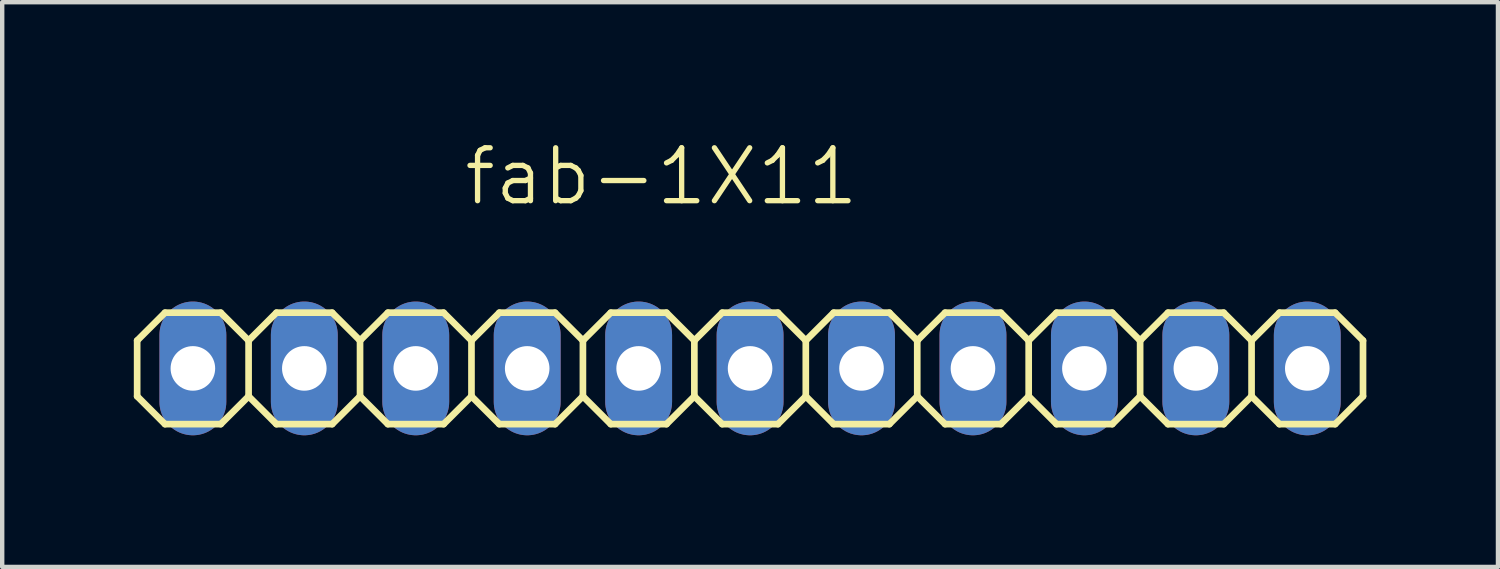
<source format=kicad_pcb>
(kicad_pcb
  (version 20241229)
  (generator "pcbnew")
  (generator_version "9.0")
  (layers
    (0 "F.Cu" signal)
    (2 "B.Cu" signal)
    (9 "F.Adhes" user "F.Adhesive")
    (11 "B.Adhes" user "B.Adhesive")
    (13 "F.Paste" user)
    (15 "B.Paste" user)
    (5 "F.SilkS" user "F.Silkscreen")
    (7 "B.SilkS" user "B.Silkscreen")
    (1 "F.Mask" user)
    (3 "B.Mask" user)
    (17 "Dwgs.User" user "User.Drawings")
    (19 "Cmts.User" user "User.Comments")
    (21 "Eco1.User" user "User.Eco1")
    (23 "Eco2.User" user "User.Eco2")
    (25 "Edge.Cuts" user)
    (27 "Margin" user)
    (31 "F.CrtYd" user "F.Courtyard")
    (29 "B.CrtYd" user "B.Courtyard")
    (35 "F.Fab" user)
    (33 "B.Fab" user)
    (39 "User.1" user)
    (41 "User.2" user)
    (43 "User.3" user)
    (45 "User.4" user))
  (footprint "fab-1X11"
    (layer "F.Cu")
    (at 14.046 5.347)
    (property "Reference" "fab-1X11" (at 2.54 -5.08 180) (layer "F.SilkS") (effects (font (size 1.206 1.206) (thickness 0.121)) (justify right top)))
    (attr through_hole)
    (fp_line (start -13.97 -0.635) (end -13.97 0.635) (stroke (width 0.152) (type solid)) (layer "F.SilkS"))
    (fp_line (start -13.97 0.635) (end -13.335 1.27) (stroke (width 0.152) (type solid)) (layer "F.SilkS"))
    (fp_line (start -13.335 -1.27) (end -13.97 -0.635) (stroke (width 0.152) (type solid)) (layer "F.SilkS"))
    (fp_line (start -13.335 -1.27) (end -12.065 -1.27) (stroke (width 0.152) (type solid)) (layer "F.SilkS"))
    (fp_line (start -12.065 -1.27) (end -11.43 -0.635) (stroke (width 0.152) (type solid)) (layer "F.SilkS"))
    (fp_line (start -12.065 1.27) (end -13.335 1.27) (stroke (width 0.152) (type solid)) (layer "F.SilkS"))
    (fp_line (start -11.43 -0.635) (end -11.43 0.635) (stroke (width 0.152) (type solid)) (layer "F.SilkS"))
    (fp_line (start -11.43 -0.635) (end -10.795 -1.27) (stroke (width 0.152) (type solid)) (layer "F.SilkS"))
    (fp_line (start -11.43 0.635) (end -12.065 1.27) (stroke (width 0.152) (type solid)) (layer "F.SilkS"))
    (fp_line (start -10.795 -1.27) (end -9.525 -1.27) (stroke (width 0.152) (type solid)) (layer "F.SilkS"))
    (fp_line (start -10.795 1.27) (end -11.43 0.635) (stroke (width 0.152) (type solid)) (layer "F.SilkS"))
    (fp_line (start -9.525 -1.27) (end -8.89 -0.635) (stroke (width 0.152) (type solid)) (layer "F.SilkS"))
    (fp_line (start -9.525 1.27) (end -10.795 1.27) (stroke (width 0.152) (type solid)) (layer "F.SilkS"))
    (fp_line (start -8.89 -0.635) (end -8.89 0.635) (stroke (width 0.152) (type solid)) (layer "F.SilkS"))
    (fp_line (start -8.89 -0.635) (end -8.255 -1.27) (stroke (width 0.152) (type solid)) (layer "F.SilkS"))
    (fp_line (start -8.89 0.635) (end -9.525 1.27) (stroke (width 0.152) (type solid)) (layer "F.SilkS"))
    (fp_line (start -8.255 -1.27) (end -6.985 -1.27) (stroke (width 0.152) (type solid)) (layer "F.SilkS"))
    (fp_line (start -8.255 1.27) (end -8.89 0.635) (stroke (width 0.152) (type solid)) (layer "F.SilkS"))
    (fp_line (start -6.985 -1.27) (end -6.35 -0.635) (stroke (width 0.152) (type solid)) (layer "F.SilkS"))
    (fp_line (start -6.985 1.27) (end -8.255 1.27) (stroke (width 0.152) (type solid)) (layer "F.SilkS"))
    (fp_line (start -6.35 -0.635) (end -6.35 0.635) (stroke (width 0.152) (type solid)) (layer "F.SilkS"))
    (fp_line (start -6.35 0.635) (end -6.985 1.27) (stroke (width 0.152) (type solid)) (layer "F.SilkS"))
    (fp_line (start -6.35 0.635) (end -5.715 1.27) (stroke (width 0.152) (type solid)) (layer "F.SilkS"))
    (fp_line (start -5.715 -1.27) (end -6.35 -0.635) (stroke (width 0.152) (type solid)) (layer "F.SilkS"))
    (fp_line (start -5.715 -1.27) (end -4.445 -1.27) (stroke (width 0.152) (type solid)) (layer "F.SilkS"))
    (fp_line (start -4.445 -1.27) (end -3.81 -0.635) (stroke (width 0.152) (type solid)) (layer "F.SilkS"))
    (fp_line (start -4.445 1.27) (end -5.715 1.27) (stroke (width 0.152) (type solid)) (layer "F.SilkS"))
    (fp_line (start -3.81 -0.635) (end -3.81 0.635) (stroke (width 0.152) (type solid)) (layer "F.SilkS"))
    (fp_line (start -3.81 -0.635) (end -3.175 -1.27) (stroke (width 0.152) (type solid)) (layer "F.SilkS"))
    (fp_line (start -3.81 0.635) (end -4.445 1.27) (stroke (width 0.152) (type solid)) (layer "F.SilkS"))
    (fp_line (start -3.175 -1.27) (end -1.905 -1.27) (stroke (width 0.152) (type solid)) (layer "F.SilkS"))
    (fp_line (start -3.175 1.27) (end -3.81 0.635) (stroke (width 0.152) (type solid)) (layer "F.SilkS"))
    (fp_line (start -1.905 -1.27) (end -1.27 -0.635) (stroke (width 0.152) (type solid)) (layer "F.SilkS"))
    (fp_line (start -1.905 1.27) (end -3.175 1.27) (stroke (width 0.152) (type solid)) (layer "F.SilkS"))
    (fp_line (start -1.27 -0.635) (end -1.27 0.635) (stroke (width 0.152) (type solid)) (layer "F.SilkS"))
    (fp_line (start -1.27 -0.635) (end -0.635 -1.27) (stroke (width 0.152) (type solid)) (layer "F.SilkS"))
    (fp_line (start -1.27 0.635) (end -1.905 1.27) (stroke (width 0.152) (type solid)) (layer "F.SilkS"))
    (fp_line (start -0.635 -1.27) (end 0.635 -1.27) (stroke (width 0.152) (type solid)) (layer "F.SilkS"))
    (fp_line (start -0.635 1.27) (end -1.27 0.635) (stroke (width 0.152) (type solid)) (layer "F.SilkS"))
    (fp_line (start 0.635 -1.27) (end 1.27 -0.635) (stroke (width 0.152) (type solid)) (layer "F.SilkS"))
    (fp_line (start 0.635 1.27) (end -0.635 1.27) (stroke (width 0.152) (type solid)) (layer "F.SilkS"))
    (fp_line (start 1.27 -0.635) (end 1.27 0.635) (stroke (width 0.152) (type solid)) (layer "F.SilkS"))
    (fp_line (start 1.27 0.635) (end 0.635 1.27) (stroke (width 0.152) (type solid)) (layer "F.SilkS"))
    (fp_line (start 1.27 0.635) (end 1.905 1.27) (stroke (width 0.152) (type solid)) (layer "F.SilkS"))
    (fp_line (start 1.905 -1.27) (end 1.27 -0.635) (stroke (width 0.152) (type solid)) (layer "F.SilkS"))
    (fp_line (start 1.905 -1.27) (end 3.175 -1.27) (stroke (width 0.152) (type solid)) (layer "F.SilkS"))
    (fp_line (start 3.175 -1.27) (end 3.81 -0.635) (stroke (width 0.152) (type solid)) (layer "F.SilkS"))
    (fp_line (start 3.175 1.27) (end 1.905 1.27) (stroke (width 0.152) (type solid)) (layer "F.SilkS"))
    (fp_line (start 3.81 -0.635) (end 3.81 0.635) (stroke (width 0.152) (type solid)) (layer "F.SilkS"))
    (fp_line (start 3.81 -0.635) (end 4.445 -1.27) (stroke (width 0.152) (type solid)) (layer "F.SilkS"))
    (fp_line (start 3.81 0.635) (end 3.175 1.27) (stroke (width 0.152) (type solid)) (layer "F.SilkS"))
    (fp_line (start 4.445 -1.27) (end 5.715 -1.27) (stroke (width 0.152) (type solid)) (layer "F.SilkS"))
    (fp_line (start 4.445 1.27) (end 3.81 0.635) (stroke (width 0.152) (type solid)) (layer "F.SilkS"))
    (fp_line (start 5.715 -1.27) (end 6.35 -0.635) (stroke (width 0.152) (type solid)) (layer "F.SilkS"))
    (fp_line (start 5.715 1.27) (end 4.445 1.27) (stroke (width 0.152) (type solid)) (layer "F.SilkS"))
    (fp_line (start 6.35 -0.635) (end 6.35 0.635) (stroke (width 0.152) (type solid)) (layer "F.SilkS"))
    (fp_line (start 6.35 -0.635) (end 6.985 -1.27) (stroke (width 0.152) (type solid)) (layer "F.SilkS"))
    (fp_line (start 6.35 0.635) (end 5.715 1.27) (stroke (width 0.152) (type solid)) (layer "F.SilkS"))
    (fp_line (start 6.985 -1.27) (end 8.255 -1.27) (stroke (width 0.152) (type solid)) (layer "F.SilkS"))
    (fp_line (start 6.985 1.27) (end 6.35 0.635) (stroke (width 0.152) (type solid)) (layer "F.SilkS"))
    (fp_line (start 8.255 -1.27) (end 8.89 -0.635) (stroke (width 0.152) (type solid)) (layer "F.SilkS"))
    (fp_line (start 8.255 1.27) (end 6.985 1.27) (stroke (width 0.152) (type solid)) (layer "F.SilkS"))
    (fp_line (start 8.89 -0.635) (end 8.89 0.635) (stroke (width 0.152) (type solid)) (layer "F.SilkS"))
    (fp_line (start 8.89 0.635) (end 8.255 1.27) (stroke (width 0.152) (type solid)) (layer "F.SilkS"))
    (fp_line (start 8.89 0.635) (end 9.525 1.27) (stroke (width 0.152) (type solid)) (layer "F.SilkS"))
    (fp_line (start 9.525 -1.27) (end 8.89 -0.635) (stroke (width 0.152) (type solid)) (layer "F.SilkS"))
    (fp_line (start 9.525 -1.27) (end 10.795 -1.27) (stroke (width 0.152) (type solid)) (layer "F.SilkS"))
    (fp_line (start 10.795 -1.27) (end 11.43 -0.635) (stroke (width 0.152) (type solid)) (layer "F.SilkS"))
    (fp_line (start 10.795 1.27) (end 9.525 1.27) (stroke (width 0.152) (type solid)) (layer "F.SilkS"))
    (fp_line (start 11.43 -0.635) (end 11.43 0.635) (stroke (width 0.152) (type solid)) (layer "F.SilkS"))
    (fp_line (start 11.43 -0.635) (end 12.065 -1.27) (stroke (width 0.152) (type solid)) (layer "F.SilkS"))
    (fp_line (start 11.43 0.635) (end 10.795 1.27) (stroke (width 0.152) (type solid)) (layer "F.SilkS"))
    (fp_line (start 12.065 -1.27) (end 13.335 -1.27) (stroke (width 0.152) (type solid)) (layer "F.SilkS"))
    (fp_line (start 12.065 1.27) (end 11.43 0.635) (stroke (width 0.152) (type solid)) (layer "F.SilkS"))
    (fp_line (start 13.335 -1.27) (end 13.97 -0.635) (stroke (width 0.152) (type solid)) (layer "F.SilkS"))
    (fp_line (start 13.335 1.27) (end 12.065 1.27) (stroke (width 0.152) (type solid)) (layer "F.SilkS"))
    (fp_line (start 13.97 -0.635) (end 13.97 0.635) (stroke (width 0.152) (type solid)) (layer "F.SilkS"))
    (fp_line (start 13.97 0.635) (end 13.335 1.27) (stroke (width 0.152) (type solid)) (layer "F.SilkS"))
    (fp_poly (pts (xy -12.954 0.254) (xy -12.446 0.254) (xy -12.446 -0.254) (xy -12.954 -0.254)) (stroke (width 0.1) (type solid)) (fill no) (layer "F.Fab"))
    (fp_poly (pts (xy -10.414 0.254) (xy -9.906 0.254) (xy -9.906 -0.254) (xy -10.414 -0.254)) (stroke (width 0.1) (type solid)) (fill no) (layer "F.Fab"))
    (fp_poly (pts (xy -7.874 0.254) (xy -7.366 0.254) (xy -7.366 -0.254) (xy -7.874 -0.254)) (stroke (width 0.1) (type solid)) (fill no) (layer "F.Fab"))
    (fp_poly (pts (xy -5.334 0.254) (xy -4.826 0.254) (xy -4.826 -0.254) (xy -5.334 -0.254)) (stroke (width 0.1) (type solid)) (fill no) (layer "F.Fab"))
    (fp_poly (pts (xy -2.794 0.254) (xy -2.286 0.254) (xy -2.286 -0.254) (xy -2.794 -0.254)) (stroke (width 0.1) (type solid)) (fill no) (layer "F.Fab"))
    (fp_poly (pts (xy -0.254 0.254) (xy 0.254 0.254) (xy 0.254 -0.254) (xy -0.254 -0.254)) (stroke (width 0.1) (type solid)) (fill no) (layer "F.Fab"))
    (fp_poly (pts (xy 2.286 0.254) (xy 2.794 0.254) (xy 2.794 -0.254) (xy 2.286 -0.254)) (stroke (width 0.1) (type solid)) (fill no) (layer "F.Fab"))
    (fp_poly (pts (xy 4.826 0.254) (xy 5.334 0.254) (xy 5.334 -0.254) (xy 4.826 -0.254)) (stroke (width 0.1) (type solid)) (fill no) (layer "F.Fab"))
    (fp_poly (pts (xy 7.366 0.254) (xy 7.874 0.254) (xy 7.874 -0.254) (xy 7.366 -0.254)) (stroke (width 0.1) (type solid)) (fill no) (layer "F.Fab"))
    (fp_poly (pts (xy 9.906 0.254) (xy 10.414 0.254) (xy 10.414 -0.254) (xy 9.906 -0.254)) (stroke (width 0.1) (type solid)) (fill no) (layer "F.Fab"))
    (fp_poly (pts (xy 12.446 0.254) (xy 12.954 0.254) (xy 12.954 -0.254) (xy 12.446 -0.254)) (stroke (width 0.1) (type solid)) (fill no) (layer "F.Fab"))
    (pad "1" thru_hole oval (at -12.7 0 90) (size 3.048 1.524) (drill 1.016) (layers "*.Cu" "*.Mask"))
    (pad "2" thru_hole oval (at -10.16 0 90) (size 3.048 1.524) (drill 1.016) (layers "*.Cu" "*.Mask"))
    (pad "3" thru_hole oval (at -7.62 0 90) (size 3.048 1.524) (drill 1.016) (layers "*.Cu" "*.Mask"))
    (pad "4" thru_hole oval (at -5.08 0 90) (size 3.048 1.524) (drill 1.016) (layers "*.Cu" "*.Mask"))
    (pad "5" thru_hole oval (at -2.54 0 90) (size 3.048 1.524) (drill 1.016) (layers "*.Cu" "*.Mask"))
    (pad "6" thru_hole oval (at 0 0 90) (size 3.048 1.524) (drill 1.016) (layers "*.Cu" "*.Mask"))
    (pad "7" thru_hole oval (at 2.54 0 90) (size 3.048 1.524) (drill 1.016) (layers "*.Cu" "*.Mask"))
    (pad "8" thru_hole oval (at 5.08 0 90) (size 3.048 1.524) (drill 1.016) (layers "*.Cu" "*.Mask"))
    (pad "9" thru_hole oval (at 7.62 0 90) (size 3.048 1.524) (drill 1.016) (layers "*.Cu" "*.Mask"))
    (pad "10" thru_hole oval (at 10.16 0 90) (size 3.048 1.524) (drill 1.016) (layers "*.Cu" "*.Mask"))
    (pad "11" thru_hole oval (at 12.7 0 90) (size 3.048 1.524) (drill 1.016) (layers "*.Cu" "*.Mask")))
  (gr_rect
    (start -3 -3)
    (end 31.092 9.871)
    (stroke (width 0.1) (type default))
    (fill no)
    (layer "Edge.Cuts")))
</source>
